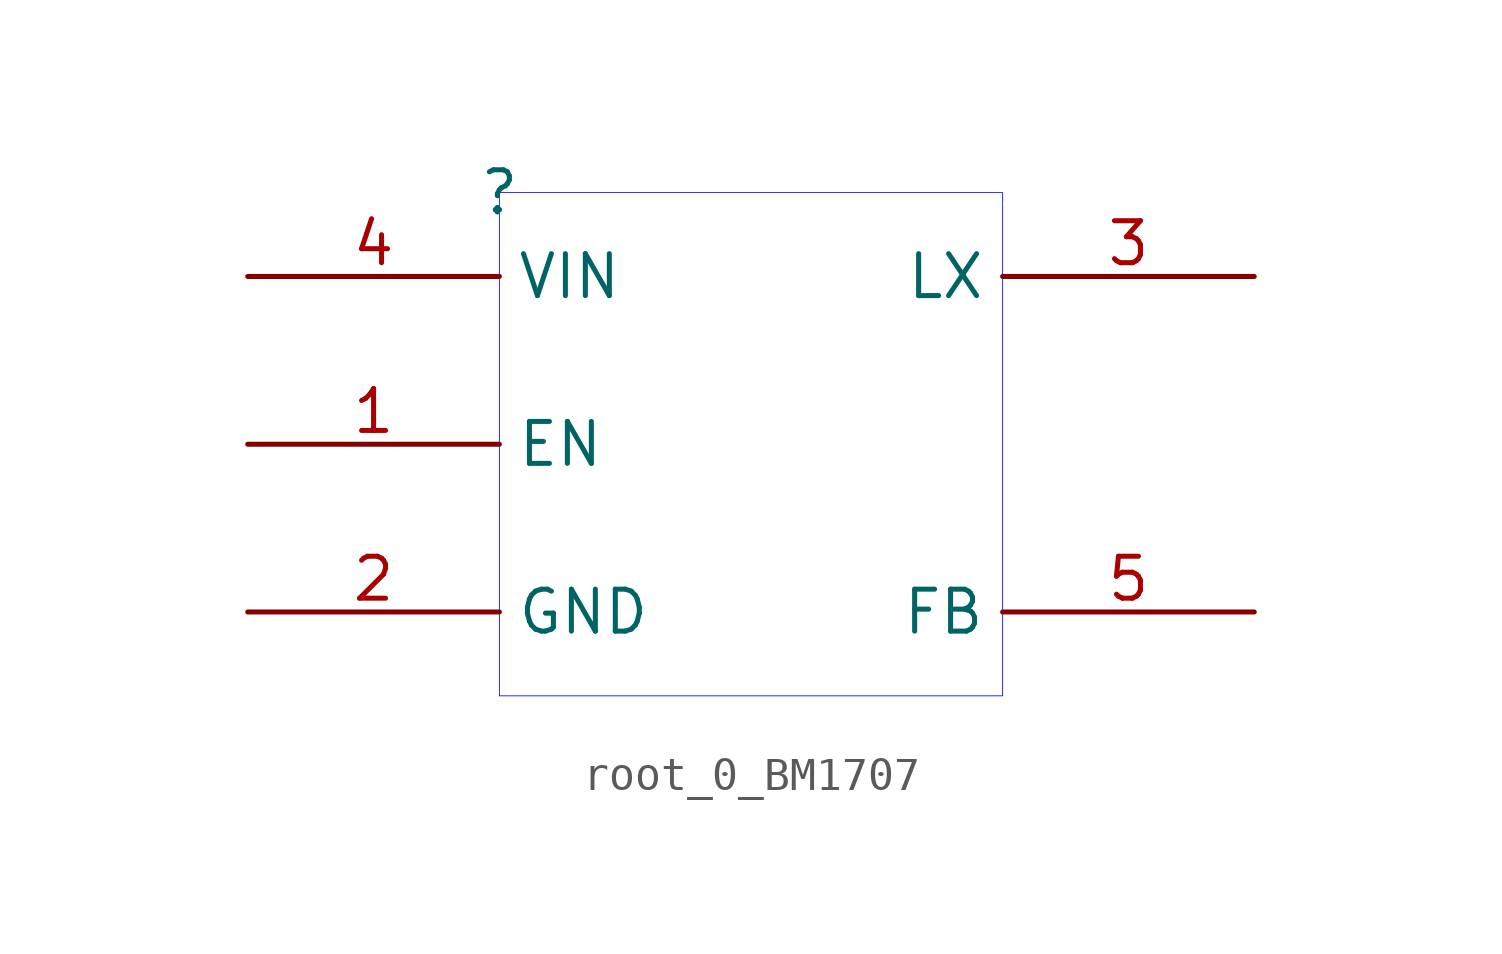
<source format=kicad_sym>
(kicad_symbol_lib
  (version 20231120)
  (generator "kicad_symbol_editor")
  (generator_version "8.0")
  (symbol "root_0_BM1707"
    (property "Reference" ""
      (at 0 0 0)
      (effects (font (size 1.27 1.27))))
    (property "Value" ""
      (at 0 0 0)
      (effects (font (size 1.27 1.27))))
    (symbol "root_0_BM1707_1_0"
      (polyline (pts (xy 0 0) (xy 0 0) (xy 0 -15.24) (xy 15.24 -15.24) (xy 15.24 0) (xy 0 0) (xy 0 0)) (stroke (width 0.025) (type solid) (color 0 11 255 1)) (fill (type none)))
      (pin passive line (at -7.62 -7.62 0) (length 7.62) (name "EN" (effects (font (size 1.27 1.27)))) (number "1" (effects (font (size 1.27 1.27)))))
      (pin passive line (at -7.62 -12.7 0) (length 7.62) (name "GND" (effects (font (size 1.27 1.27)))) (number "2" (effects (font (size 1.27 1.27)))))
      (pin passive line (at 22.86 -2.54 180) (length 7.62) (name "LX" (effects (font (size 1.27 1.27)))) (number "3" (effects (font (size 1.27 1.27)))))
      (pin passive line (at -7.62 -2.54 0) (length 7.62) (name "VIN" (effects (font (size 1.27 1.27)))) (number "4" (effects (font (size 1.27 1.27)))))
      (pin passive line (at 22.86 -12.7 180) (length 7.62) (name "FB" (effects (font (size 1.27 1.27)))) (number "5" (effects (font (size 1.27 1.27))))))))
</source>
